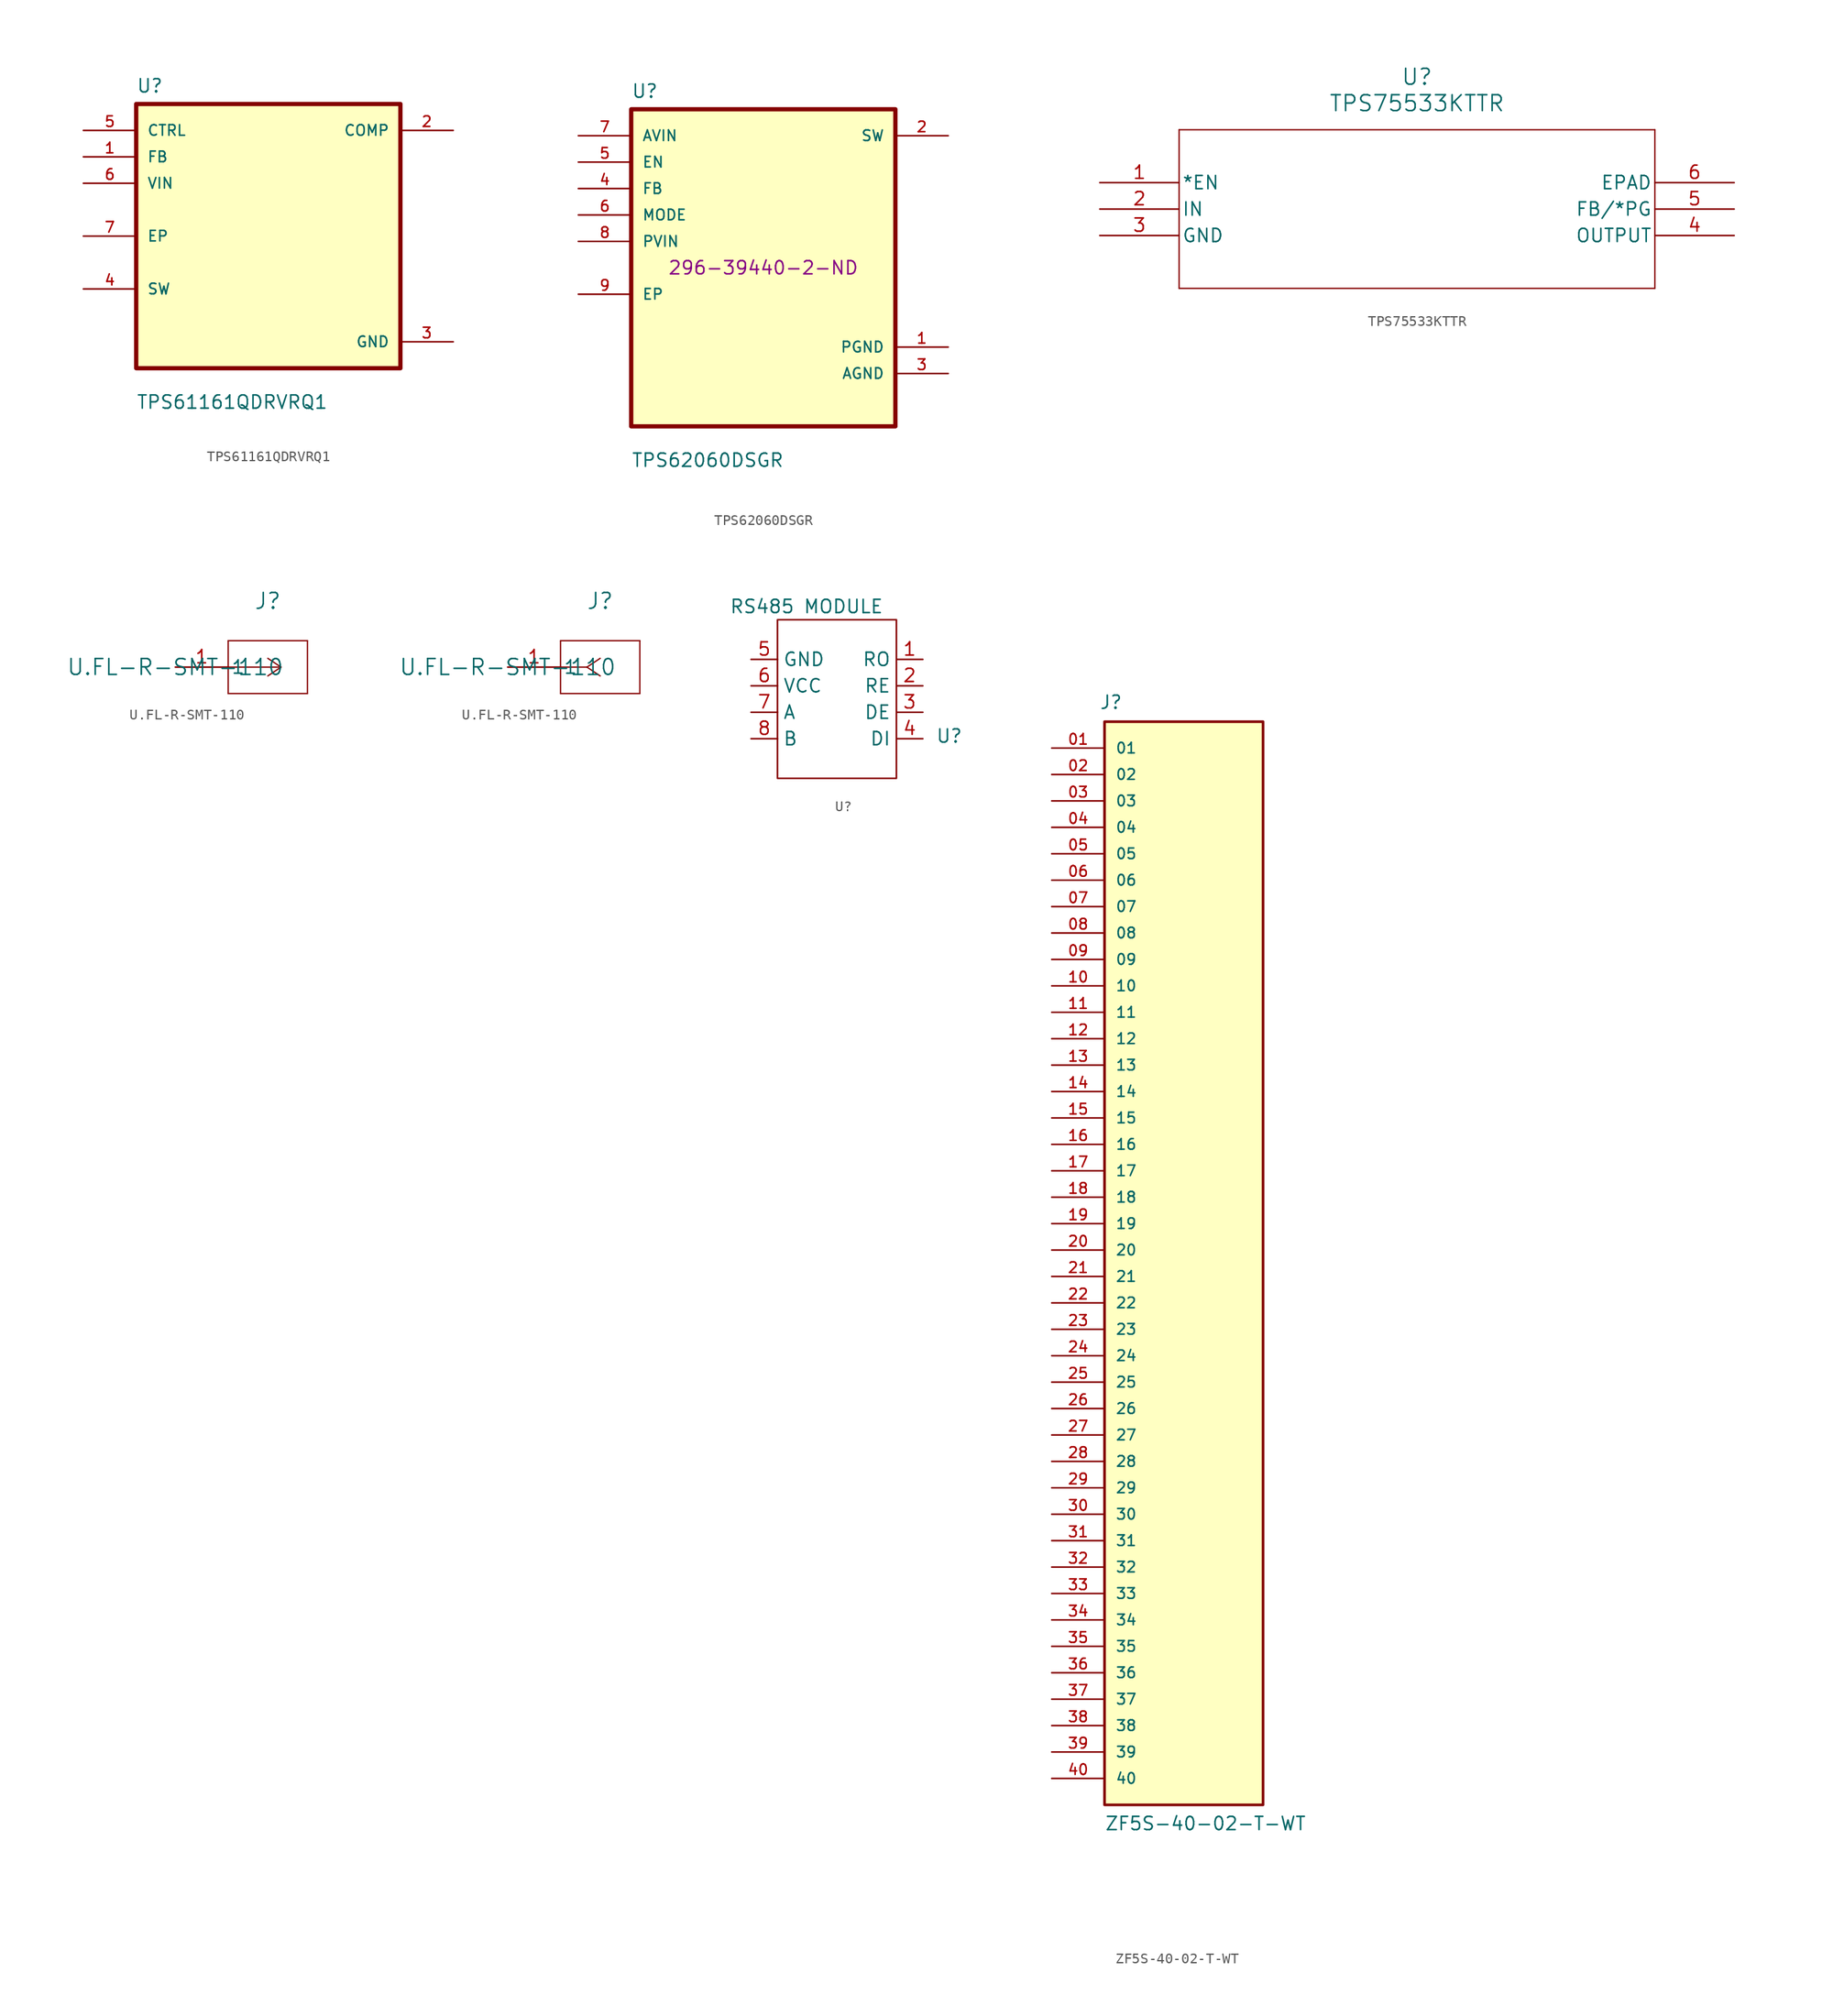
<source format=kicad_sym>
(kicad_symbol_lib
  (version 20231120)
  (generator "kicad_symbol_editor")
  (generator_version "8.0")
  (symbol "TPS61161QDRVRQ1"
    (pin_names
      (offset 1.016))
    (property "Reference" "U"
      (at 0 26.4 0)
      (effects (font (size 1.27 1.27)) (justify left bottom)))
    (property "Value" "TPS61161QDRVRQ1"
      (at 0 -4 0)
      (effects (font (size 1.27 1.27)) (justify left bottom)))
    (symbol "TPS61161QDRVRQ1_0_0"
      (rectangle (start 0 0) (end 25.4 25.4) (stroke (width 0.41) (type default)) (fill (type background)))
      (pin input line (at -5.08 20.32 0) (length 5.08) (name "FB" (effects (font (size 1.016 1.016)))) (number "1" (effects (font (size 1.016 1.016)))))
      (pin output line (at 30.48 22.86 180) (length 5.08) (name "COMP" (effects (font (size 1.016 1.016)))) (number "2" (effects (font (size 1.016 1.016)))))
      (pin power_in line (at 30.48 2.54 180) (length 5.08) (name "GND" (effects (font (size 1.016 1.016)))) (number "3" (effects (font (size 1.016 1.016)))))
      (pin bidirectional line (at -5.08 7.62 0) (length 5.08) (name "SW" (effects (font (size 1.016 1.016)))) (number "4" (effects (font (size 1.016 1.016)))))
      (pin input line (at -5.08 22.86 0) (length 5.08) (name "CTRL" (effects (font (size 1.016 1.016)))) (number "5" (effects (font (size 1.016 1.016)))))
      (pin input line (at -5.08 17.78 0) (length 5.08) (name "VIN" (effects (font (size 1.016 1.016)))) (number "6" (effects (font (size 1.016 1.016)))))
      (pin bidirectional line (at -5.08 12.7 0) (length 5.08) (name "EP" (effects (font (size 1.016 1.016)))) (number "7" (effects (font (size 1.016 1.016)))))))
  (symbol "TPS62060DSGR"
    (pin_names
      (offset 1.016))
    (property "Reference" "U"
      (at -12.7 16.24 0)
      (effects (font (size 1.27 1.27)) (justify left bottom)))
    (property "Value" "TPS62060DSGR"
      (at -12.7 -19.24 0)
      (effects (font (size 1.27 1.27)) (justify left bottom)))
    (property "DigiKey" "296-39440-2-ND"
      (at 0 0 0)
      (effects (font (size 1.27 1.27))))
    (symbol "TPS62060DSGR_0_0"
      (rectangle (start -12.7 15.24) (end 12.7 -15.24) (stroke (width 0.41) (type default)) (fill (type background)))
      (pin power_in line (at 17.78 -7.62 180) (length 5.08) (name "PGND" (effects (font (size 1.016 1.016)))) (number "1" (effects (font (size 1.016 1.016)))))
      (pin output line (at 17.78 12.7 180) (length 5.08) (name "SW" (effects (font (size 1.016 1.016)))) (number "2" (effects (font (size 1.016 1.016)))))
      (pin power_in line (at 17.78 -10.16 180) (length 5.08) (name "AGND" (effects (font (size 1.016 1.016)))) (number "3" (effects (font (size 1.016 1.016)))))
      (pin input line (at -17.78 7.62 0) (length 5.08) (name "FB" (effects (font (size 1.016 1.016)))) (number "4" (effects (font (size 1.016 1.016)))))
      (pin input line (at -17.78 10.16 0) (length 5.08) (name "EN" (effects (font (size 1.016 1.016)))) (number "5" (effects (font (size 1.016 1.016)))))
      (pin input line (at -17.78 5.08 0) (length 5.08) (name "MODE" (effects (font (size 1.016 1.016)))) (number "6" (effects (font (size 1.016 1.016)))))
      (pin input line (at -17.78 12.7 0) (length 5.08) (name "AVIN" (effects (font (size 1.016 1.016)))) (number "7" (effects (font (size 1.016 1.016)))))
      (pin input line (at -17.78 2.54 0) (length 5.08) (name "PVIN" (effects (font (size 1.016 1.016)))) (number "8" (effects (font (size 1.016 1.016)))))
      (pin bidirectional line (at -17.78 -2.54 0) (length 5.08) (name "EP" (effects (font (size 1.016 1.016)))) (number "9" (effects (font (size 1.016 1.016)))))))
  (symbol "TPS75533KTTR"
    (pin_names
      (offset 0.254))
    (property "Reference" "U"
      (at 30.48 10.16 0)
      (effects (font (size 1.524 1.524))))
    (property "Value" "TPS75533KTTR"
      (at 30.48 7.62 0)
      (effects (font (size 1.524 1.524))))
    (symbol "TPS75533KTTR_0_1"
      (polyline (pts (xy 7.62 -10.16) (xy 53.34 -10.16)) (stroke (width 0.127) (type default)) (fill (type none)))
      (polyline (pts (xy 7.62 5.08) (xy 7.62 -10.16)) (stroke (width 0.127) (type default)) (fill (type none)))
      (polyline (pts (xy 53.34 -10.16) (xy 53.34 5.08)) (stroke (width 0.127) (type default)) (fill (type none)))
      (polyline (pts (xy 53.34 5.08) (xy 7.62 5.08)) (stroke (width 0.127) (type default)) (fill (type none)))
      (pin unspecified line (at 0 0 0) (length 7.62) (name "*EN" (effects (font (size 1.27 1.27)))) (number "1" (effects (font (size 1.27 1.27)))))
      (pin input line (at 0 -2.54 0) (length 7.62) (name "IN" (effects (font (size 1.27 1.27)))) (number "2" (effects (font (size 1.27 1.27)))))
      (pin power_in line (at 0 -5.08 0) (length 7.62) (name "GND" (effects (font (size 1.27 1.27)))) (number "3" (effects (font (size 1.27 1.27)))))
      (pin output line (at 60.96 -5.08 180) (length 7.62) (name "OUTPUT" (effects (font (size 1.27 1.27)))) (number "4" (effects (font (size 1.27 1.27)))))
      (pin unspecified line (at 60.96 -2.54 180) (length 7.62) (name "FB/*PG" (effects (font (size 1.27 1.27)))) (number "5" (effects (font (size 1.27 1.27)))))
      (pin unspecified line (at 60.96 0 180) (length 7.62) (name "EPAD" (effects (font (size 1.27 1.27)))) (number "6" (effects (font (size 1.27 1.27)))))))
  (symbol "U.FL-R-SMT-110"
    (pin_names
      (offset 0.254))
    (property "Reference" "J"
      (at 8.89 6.35 0)
      (effects (font (size 1.524 1.524))))
    (property "Value" "U.FL-R-SMT-110"
      (at 0 0 0)
      (effects (font (size 1.524 1.524))))
    (symbol "U.FL-R-SMT-110_1_1"
      (polyline (pts (xy 5.08 -2.54) (xy 12.7 -2.54)) (stroke (width 0.127) (type default)) (fill (type none)))
      (polyline (pts (xy 5.08 2.54) (xy 5.08 -2.54)) (stroke (width 0.127) (type default)) (fill (type none)))
      (polyline (pts (xy 10.16 0) (xy 5.08 0)) (stroke (width 0.127) (type default)) (fill (type none)))
      (polyline (pts (xy 10.16 0) (xy 8.89 -0.847)) (stroke (width 0.127) (type default)) (fill (type none)))
      (polyline (pts (xy 10.16 0) (xy 8.89 0.847)) (stroke (width 0.127) (type default)) (fill (type none)))
      (polyline (pts (xy 12.7 -2.54) (xy 12.7 2.54)) (stroke (width 0.127) (type default)) (fill (type none)))
      (polyline (pts (xy 12.7 2.54) (xy 5.08 2.54)) (stroke (width 0.127) (type default)) (fill (type none)))
      (pin unspecified line (at 0 0 0) (length 5.08) (name "1" (effects (font (size 1.27 1.27)))) (number "1" (effects (font (size 1.27 1.27))))))
    (symbol "U.FL-R-SMT-110_1_2"
      (polyline (pts (xy 5.08 -2.54) (xy 12.7 -2.54)) (stroke (width 0.127) (type default)) (fill (type none)))
      (polyline (pts (xy 5.08 2.54) (xy 5.08 -2.54)) (stroke (width 0.127) (type default)) (fill (type none)))
      (polyline (pts (xy 7.62 0) (xy 5.08 0)) (stroke (width 0.127) (type default)) (fill (type none)))
      (polyline (pts (xy 7.62 0) (xy 8.89 -0.847)) (stroke (width 0.127) (type default)) (fill (type none)))
      (polyline (pts (xy 7.62 0) (xy 8.89 0.847)) (stroke (width 0.127) (type default)) (fill (type none)))
      (polyline (pts (xy 12.7 -2.54) (xy 12.7 2.54)) (stroke (width 0.127) (type default)) (fill (type none)))
      (polyline (pts (xy 12.7 2.54) (xy 5.08 2.54)) (stroke (width 0.127) (type default)) (fill (type none)))
      (pin unspecified line (at 0 0 0) (length 5.08) (name "1" (effects (font (size 1.27 1.27)))) (number "1" (effects (font (size 1.27 1.27)))))))
  (symbol "U?"
    (property "Reference" "U"
      (at 16.51 4.064 0)
      (effects (font (size 1.27 1.27))))
    (property "Value" "RS485 MODULE"
      (at 2.794 16.51 0)
      (effects (font (size 1.27 1.27))))
    (symbol "U?_0_1"
      (rectangle (start 0 15.24) (end 11.43 0) (stroke (width 0) (type default)) (fill (type none))))
    (symbol "U?_1_1"
      (pin free line (at 13.97 11.43 180) (length 2.54) (name "RO" (effects (font (size 1.27 1.27)))) (number "1" (effects (font (size 1.27 1.27)))))
      (pin free line (at 13.97 8.89 180) (length 2.54) (name "RE" (effects (font (size 1.27 1.27)))) (number "2" (effects (font (size 1.27 1.27)))))
      (pin free line (at 13.97 6.35 180) (length 2.54) (name "DE" (effects (font (size 1.27 1.27)))) (number "3" (effects (font (size 1.27 1.27)))))
      (pin free line (at 13.97 3.81 180) (length 2.54) (name "DI" (effects (font (size 1.27 1.27)))) (number "4" (effects (font (size 1.27 1.27)))))
      (pin free line (at -2.54 11.43 0) (length 2.54) (name "GND" (effects (font (size 1.27 1.27)))) (number "5" (effects (font (size 1.27 1.27)))))
      (pin free line (at -2.54 8.89 0) (length 2.54) (name "VCC" (effects (font (size 1.27 1.27)))) (number "6" (effects (font (size 1.27 1.27)))))
      (pin free line (at -2.54 6.35 0) (length 2.54) (name "A" (effects (font (size 1.27 1.27)))) (number "7" (effects (font (size 1.27 1.27)))))
      (pin free line (at -2.54 3.81 0) (length 2.54) (name "B" (effects (font (size 1.27 1.27)))) (number "8" (effects (font (size 1.27 1.27)))))))
  (symbol "ZF5S-40-02-T-WT"
    (pin_names
      (offset 1.016))
    (property "Reference" "J"
      (at -8.12 51.916 0)
      (effects (font (size 1.27 1.27)) (justify left bottom)))
    (property "Value" "ZF5S-40-02-T-WT"
      (at -7.62 -55.88 0)
      (effects (font (size 1.27 1.27)) (justify left bottom)))
    (symbol "ZF5S-40-02-T-WT_0_0"
      (rectangle (start -7.62 50.8) (end 7.62 -53.34) (stroke (width 0.254) (type default)) (fill (type background)))
      (pin passive line (at -12.7 48.26 0) (length 5.08) (name "01" (effects (font (size 1.016 1.016)))) (number "01" (effects (font (size 1.016 1.016)))))
      (pin passive line (at -12.7 45.72 0) (length 5.08) (name "02" (effects (font (size 1.016 1.016)))) (number "02" (effects (font (size 1.016 1.016)))))
      (pin passive line (at -12.7 43.18 0) (length 5.08) (name "03" (effects (font (size 1.016 1.016)))) (number "03" (effects (font (size 1.016 1.016)))))
      (pin passive line (at -12.7 40.64 0) (length 5.08) (name "04" (effects (font (size 1.016 1.016)))) (number "04" (effects (font (size 1.016 1.016)))))
      (pin passive line (at -12.7 38.1 0) (length 5.08) (name "05" (effects (font (size 1.016 1.016)))) (number "05" (effects (font (size 1.016 1.016)))))
      (pin passive line (at -12.7 35.56 0) (length 5.08) (name "06" (effects (font (size 1.016 1.016)))) (number "06" (effects (font (size 1.016 1.016)))))
      (pin passive line (at -12.7 33.02 0) (length 5.08) (name "07" (effects (font (size 1.016 1.016)))) (number "07" (effects (font (size 1.016 1.016)))))
      (pin passive line (at -12.7 30.48 0) (length 5.08) (name "08" (effects (font (size 1.016 1.016)))) (number "08" (effects (font (size 1.016 1.016)))))
      (pin passive line (at -12.7 27.94 0) (length 5.08) (name "09" (effects (font (size 1.016 1.016)))) (number "09" (effects (font (size 1.016 1.016)))))
      (pin passive line (at -12.7 25.4 0) (length 5.08) (name "10" (effects (font (size 1.016 1.016)))) (number "10" (effects (font (size 1.016 1.016)))))
      (pin passive line (at -12.7 22.86 0) (length 5.08) (name "11" (effects (font (size 1.016 1.016)))) (number "11" (effects (font (size 1.016 1.016)))))
      (pin passive line (at -12.7 20.32 0) (length 5.08) (name "12" (effects (font (size 1.016 1.016)))) (number "12" (effects (font (size 1.016 1.016)))))
      (pin passive line (at -12.7 17.78 0) (length 5.08) (name "13" (effects (font (size 1.016 1.016)))) (number "13" (effects (font (size 1.016 1.016)))))
      (pin passive line (at -12.7 15.24 0) (length 5.08) (name "14" (effects (font (size 1.016 1.016)))) (number "14" (effects (font (size 1.016 1.016)))))
      (pin passive line (at -12.7 12.7 0) (length 5.08) (name "15" (effects (font (size 1.016 1.016)))) (number "15" (effects (font (size 1.016 1.016)))))
      (pin passive line (at -12.7 10.16 0) (length 5.08) (name "16" (effects (font (size 1.016 1.016)))) (number "16" (effects (font (size 1.016 1.016)))))
      (pin passive line (at -12.7 7.62 0) (length 5.08) (name "17" (effects (font (size 1.016 1.016)))) (number "17" (effects (font (size 1.016 1.016)))))
      (pin passive line (at -12.7 5.08 0) (length 5.08) (name "18" (effects (font (size 1.016 1.016)))) (number "18" (effects (font (size 1.016 1.016)))))
      (pin passive line (at -12.7 2.54 0) (length 5.08) (name "19" (effects (font (size 1.016 1.016)))) (number "19" (effects (font (size 1.016 1.016)))))
      (pin passive line (at -12.7 0 0) (length 5.08) (name "20" (effects (font (size 1.016 1.016)))) (number "20" (effects (font (size 1.016 1.016)))))
      (pin passive line (at -12.7 -2.54 0) (length 5.08) (name "21" (effects (font (size 1.016 1.016)))) (number "21" (effects (font (size 1.016 1.016)))))
      (pin passive line (at -12.7 -5.08 0) (length 5.08) (name "22" (effects (font (size 1.016 1.016)))) (number "22" (effects (font (size 1.016 1.016)))))
      (pin passive line (at -12.7 -7.62 0) (length 5.08) (name "23" (effects (font (size 1.016 1.016)))) (number "23" (effects (font (size 1.016 1.016)))))
      (pin passive line (at -12.7 -10.16 0) (length 5.08) (name "24" (effects (font (size 1.016 1.016)))) (number "24" (effects (font (size 1.016 1.016)))))
      (pin passive line (at -12.7 -12.7 0) (length 5.08) (name "25" (effects (font (size 1.016 1.016)))) (number "25" (effects (font (size 1.016 1.016)))))
      (pin passive line (at -12.7 -15.24 0) (length 5.08) (name "26" (effects (font (size 1.016 1.016)))) (number "26" (effects (font (size 1.016 1.016)))))
      (pin passive line (at -12.7 -17.78 0) (length 5.08) (name "27" (effects (font (size 1.016 1.016)))) (number "27" (effects (font (size 1.016 1.016)))))
      (pin passive line (at -12.7 -20.32 0) (length 5.08) (name "28" (effects (font (size 1.016 1.016)))) (number "28" (effects (font (size 1.016 1.016)))))
      (pin passive line (at -12.7 -22.86 0) (length 5.08) (name "29" (effects (font (size 1.016 1.016)))) (number "29" (effects (font (size 1.016 1.016)))))
      (pin passive line (at -12.7 -25.4 0) (length 5.08) (name "30" (effects (font (size 1.016 1.016)))) (number "30" (effects (font (size 1.016 1.016)))))
      (pin passive line (at -12.7 -27.94 0) (length 5.08) (name "31" (effects (font (size 1.016 1.016)))) (number "31" (effects (font (size 1.016 1.016)))))
      (pin passive line (at -12.7 -30.48 0) (length 5.08) (name "32" (effects (font (size 1.016 1.016)))) (number "32" (effects (font (size 1.016 1.016)))))
      (pin passive line (at -12.7 -33.02 0) (length 5.08) (name "33" (effects (font (size 1.016 1.016)))) (number "33" (effects (font (size 1.016 1.016)))))
      (pin passive line (at -12.7 -35.56 0) (length 5.08) (name "34" (effects (font (size 1.016 1.016)))) (number "34" (effects (font (size 1.016 1.016)))))
      (pin passive line (at -12.7 -38.1 0) (length 5.08) (name "35" (effects (font (size 1.016 1.016)))) (number "35" (effects (font (size 1.016 1.016)))))
      (pin passive line (at -12.7 -40.64 0) (length 5.08) (name "36" (effects (font (size 1.016 1.016)))) (number "36" (effects (font (size 1.016 1.016)))))
      (pin passive line (at -12.7 -43.18 0) (length 5.08) (name "37" (effects (font (size 1.016 1.016)))) (number "37" (effects (font (size 1.016 1.016)))))
      (pin passive line (at -12.7 -45.72 0) (length 5.08) (name "38" (effects (font (size 1.016 1.016)))) (number "38" (effects (font (size 1.016 1.016)))))
      (pin passive line (at -12.7 -48.26 0) (length 5.08) (name "39" (effects (font (size 1.016 1.016)))) (number "39" (effects (font (size 1.016 1.016)))))
      (pin passive line (at -12.7 -50.8 0) (length 5.08) (name "40" (effects (font (size 1.016 1.016)))) (number "40" (effects (font (size 1.016 1.016))))))))
</source>
